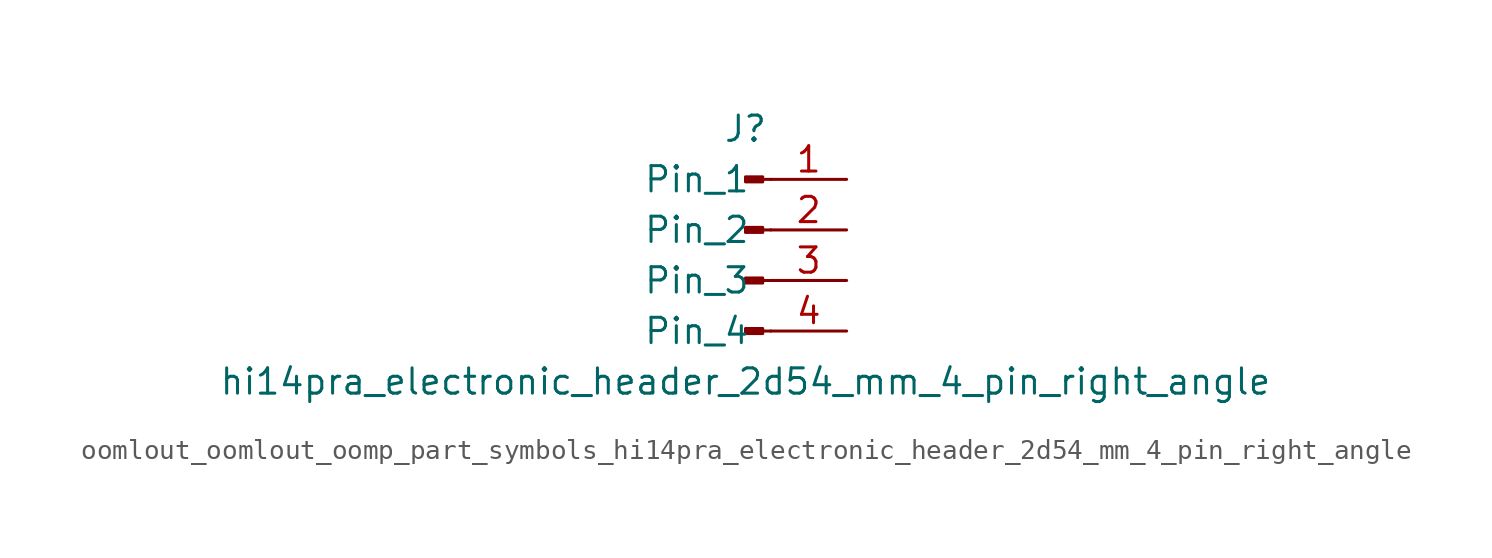
<source format=kicad_sym>
(kicad_symbol_lib
  (version 20220914)
  (generator kicad_symbol_editor)
  (symbol "oomlout_oomlout_oomp_part_symbols_hi14pra_electronic_header_2d54_mm_4_pin_right_angle"
    (pin_names
      (offset 1.016))
    (property "Reference" "J"
      (at 0 5.08 0)
      (effects (font (size 1.27 1.27))))
    (property "Value" "hi14pra_electronic_header_2d54_mm_4_pin_right_angle"
      (at 0 -7.62 0)
      (effects (font (size 1.27 1.27))))
    (property "ki_locked" ""
      (at 0 0 0)
      (effects (font (size 1.27 1.27))))
    (symbol "oomlout_oomlout_oomp_part_symbols_hi14pra_electronic_header_2d54_mm_4_pin_right_angle_1_1"
      (polyline (pts (xy 1.27 -5.08) (xy 0.864 -5.08)) (stroke (width 0.152) (type default)) (fill (type none)))
      (polyline (pts (xy 1.27 -2.54) (xy 0.864 -2.54)) (stroke (width 0.152) (type default)) (fill (type none)))
      (polyline (pts (xy 1.27 0) (xy 0.864 0)) (stroke (width 0.152) (type default)) (fill (type none)))
      (polyline (pts (xy 1.27 2.54) (xy 0.864 2.54)) (stroke (width 0.152) (type default)) (fill (type none)))
      (rectangle (start 0.864 -4.953) (end 0 -5.207) (stroke (width 0.152) (type default)) (fill (type outline)))
      (rectangle (start 0.864 -2.413) (end 0 -2.667) (stroke (width 0.152) (type default)) (fill (type outline)))
      (rectangle (start 0.864 0.127) (end 0 -0.127) (stroke (width 0.152) (type default)) (fill (type outline)))
      (rectangle (start 0.864 2.667) (end 0 2.413) (stroke (width 0.152) (type default)) (fill (type outline)))
      (pin passive line (at 5.08 2.54 180) (length 3.81) (name "Pin_1" (effects (font (size 1.27 1.27)))) (number "1" (effects (font (size 1.27 1.27)))))
      (pin passive line (at 5.08 0 180) (length 3.81) (name "Pin_2" (effects (font (size 1.27 1.27)))) (number "2" (effects (font (size 1.27 1.27)))))
      (pin passive line (at 5.08 -2.54 180) (length 3.81) (name "Pin_3" (effects (font (size 1.27 1.27)))) (number "3" (effects (font (size 1.27 1.27)))))
      (pin passive line (at 5.08 -5.08 180) (length 3.81) (name "Pin_4" (effects (font (size 1.27 1.27)))) (number "4" (effects (font (size 1.27 1.27))))))))
</source>
